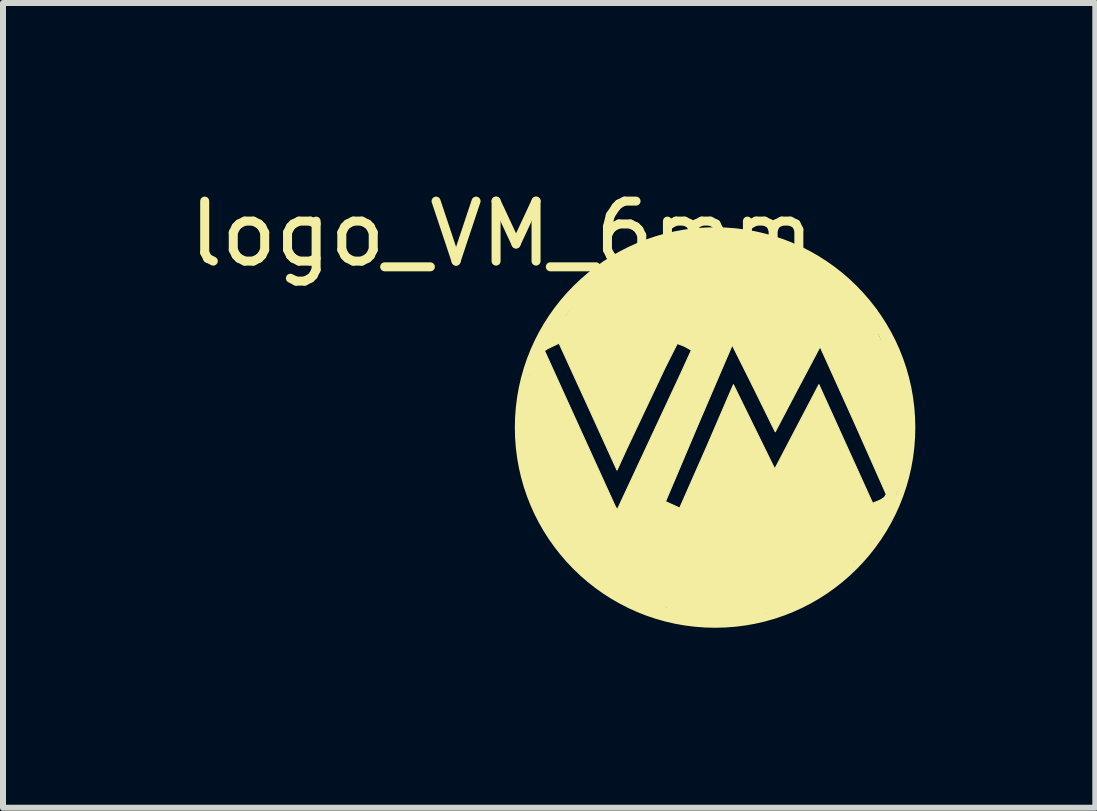
<source format=kicad_pcb>
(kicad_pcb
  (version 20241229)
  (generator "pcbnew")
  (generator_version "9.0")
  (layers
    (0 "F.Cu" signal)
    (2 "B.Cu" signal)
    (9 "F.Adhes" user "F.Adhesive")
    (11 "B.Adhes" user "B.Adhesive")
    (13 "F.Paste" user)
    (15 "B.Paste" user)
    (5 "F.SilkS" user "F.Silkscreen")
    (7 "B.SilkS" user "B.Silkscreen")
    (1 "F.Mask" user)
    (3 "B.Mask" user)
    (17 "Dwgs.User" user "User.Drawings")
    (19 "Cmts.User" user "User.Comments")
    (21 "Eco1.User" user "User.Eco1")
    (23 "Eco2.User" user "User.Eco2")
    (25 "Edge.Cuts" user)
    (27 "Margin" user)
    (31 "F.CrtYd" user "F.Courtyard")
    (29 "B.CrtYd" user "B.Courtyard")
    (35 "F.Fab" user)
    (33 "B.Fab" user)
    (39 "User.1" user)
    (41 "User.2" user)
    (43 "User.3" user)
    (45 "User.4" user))
  (footprint "logo_VM_6mm"
    (layer "F.Cu")
    (at 5.315 0.348)
    (property "Reference" "logo_VM_6mm" (at 0 0.5 0) (layer "F.SilkS") (effects (font (size 1 1) (thickness 0.15))))
    (attr through_hole)
    (fp_line (start 0.328 3.174) (end 0.907 5.62) (stroke (width 0.048) (type solid)) (layer "F.SilkS"))
    (fp_line (start 0.33 3.48) (end 0.381 4.216) (stroke (width 0.12) (type solid)) (layer "F.SilkS"))
    (fp_line (start 0.381 4.216) (end 0.635 5.004) (stroke (width 0.12) (type solid)) (layer "F.SilkS"))
    (fp_line (start 0.483 2.667) (end 0.432 2.794) (stroke (width 0.12) (type solid)) (layer "F.SilkS"))
    (fp_line (start 0.533 2.794) (end 0.66 2.464) (stroke (width 0.12) (type solid)) (layer "F.SilkS"))
    (fp_line (start 0.61 2.489) (end 0.483 2.667) (stroke (width 0.12) (type solid)) (layer "F.SilkS"))
    (fp_line (start 0.635 5.029) (end 0.838 5.41) (stroke (width 0.12) (type solid)) (layer "F.SilkS"))
    (fp_line (start 0.762 2.21) (end 0.61 2.489) (stroke (width 0.12) (type solid)) (layer "F.SilkS"))
    (fp_line (start 0.787 2.159) (end 0.787 2.261) (stroke (width 0.12) (type solid)) (layer "F.SilkS"))
    (fp_line (start 0.787 2.261) (end 0.711 2.388) (stroke (width 0.12) (type solid)) (layer "F.SilkS"))
    (fp_line (start 0.838 2.083) (end 0.838 2.159) (stroke (width 0.12) (type solid)) (layer "F.SilkS"))
    (fp_line (start 0.838 2.159) (end 1.016 1.905) (stroke (width 0.12) (type solid)) (layer "F.SilkS"))
    (fp_line (start 0.889 5.461) (end 0.991 5.639) (stroke (width 0.12) (type solid)) (layer "F.SilkS"))
    (fp_line (start 0.907 5.62) (end 3.046 6.94) (stroke (width 0.048) (type solid)) (layer "F.SilkS"))
    (fp_line (start 1.016 1.829) (end 0.838 2.083) (stroke (width 0.12) (type solid)) (layer "F.SilkS"))
    (fp_line (start 1.016 1.905) (end 0.787 2.159) (stroke (width 0.12) (type solid)) (layer "F.SilkS"))
    (fp_line (start 1.016 5.715) (end 1.067 5.74) (stroke (width 0.12) (type solid)) (layer "F.SilkS"))
    (fp_line (start 1.321 1.422) (end 1.016 1.829) (stroke (width 0.12) (type solid)) (layer "F.SilkS"))
    (fp_line (start 1.397 5.969) (end 1.422 6.121) (stroke (width 0.12) (type solid)) (layer "F.SilkS"))
    (fp_line (start 1.422 6.121) (end 1.651 6.248) (stroke (width 0.12) (type solid)) (layer "F.SilkS"))
    (fp_line (start 1.6 1.372) (end 1.321 1.422) (stroke (width 0.12) (type solid)) (layer "F.SilkS"))
    (fp_line (start 1.6 6.274) (end 1.854 6.401) (stroke (width 0.12) (type solid)) (layer "F.SilkS"))
    (fp_line (start 1.651 6.248) (end 1.727 6.325) (stroke (width 0.12) (type solid)) (layer "F.SilkS"))
    (fp_line (start 1.727 6.325) (end 1.6 6.274) (stroke (width 0.12) (type solid)) (layer "F.SilkS"))
    (fp_line (start 1.778 6.274) (end 1.956 6.502) (stroke (width 0.12) (type solid)) (layer "F.SilkS"))
    (fp_line (start 1.854 6.401) (end 1.778 6.274) (stroke (width 0.12) (type solid)) (layer "F.SilkS"))
    (fp_line (start 1.93 6.35) (end 2.083 6.553) (stroke (width 0.12) (type solid)) (layer "F.SilkS"))
    (fp_line (start 1.956 6.502) (end 1.93 6.35) (stroke (width 0.12) (type solid)) (layer "F.SilkS"))
    (fp_line (start 1.981 6.528) (end 2.083 6.426) (stroke (width 0.12) (type solid)) (layer "F.SilkS"))
    (fp_line (start 2.083 6.426) (end 2.184 6.629) (stroke (width 0.12) (type solid)) (layer "F.SilkS"))
    (fp_line (start 2.083 6.553) (end 1.981 6.528) (stroke (width 0.12) (type solid)) (layer "F.SilkS"))
    (fp_line (start 2.184 6.502) (end 2.362 6.604) (stroke (width 0.12) (type solid)) (layer "F.SilkS"))
    (fp_line (start 2.184 6.629) (end 2.311 6.68) (stroke (width 0.12) (type solid)) (layer "F.SilkS"))
    (fp_line (start 2.311 6.68) (end 2.184 6.502) (stroke (width 0.12) (type solid)) (layer "F.SilkS"))
    (fp_line (start 2.362 6.604) (end 2.388 6.706) (stroke (width 0.12) (type solid)) (layer "F.SilkS"))
    (fp_line (start 2.388 6.706) (end 2.464 6.629) (stroke (width 0.12) (type solid)) (layer "F.SilkS"))
    (fp_line (start 2.413 6.579) (end 2.489 6.756) (stroke (width 0.12) (type solid)) (layer "F.SilkS"))
    (fp_line (start 2.464 6.629) (end 2.413 6.579) (stroke (width 0.12) (type solid)) (layer "F.SilkS"))
    (fp_line (start 2.489 6.756) (end 2.54 6.68) (stroke (width 0.12) (type solid)) (layer "F.SilkS"))
    (fp_line (start 2.54 6.68) (end 2.845 6.883) (stroke (width 0.12) (type solid)) (layer "F.SilkS"))
    (fp_line (start 2.819 6.756) (end 3.099 6.883) (stroke (width 0.12) (type solid)) (layer "F.SilkS"))
    (fp_line (start 2.845 6.883) (end 2.591 6.782) (stroke (width 0.12) (type solid)) (layer "F.SilkS"))
    (fp_line (start 2.997 6.858) (end 2.819 6.756) (stroke (width 0.12) (type solid)) (layer "F.SilkS"))
    (fp_line (start 3.046 6.94) (end 5.491 6.361) (stroke (width 0.048) (type solid)) (layer "F.SilkS"))
    (fp_line (start 4.089 6.909) (end 4.902 6.579) (stroke (width 0.12) (type solid)) (layer "F.SilkS"))
    (fp_line (start 4.094 0.457) (end 1.649 1.036) (stroke (width 0.048) (type solid)) (layer "F.SilkS"))
    (fp_line (start 4.521 6.807) (end 4.547 6.782) (stroke (width 0.12) (type solid)) (layer "F.SilkS"))
    (fp_line (start 4.572 6.756) (end 5.258 6.426) (stroke (width 0.12) (type solid)) (layer "F.SilkS"))
    (fp_line (start 4.623 6.731) (end 4.572 6.756) (stroke (width 0.12) (type solid)) (layer "F.SilkS"))
    (fp_line (start 4.648 0.711) (end 4.445 0.635) (stroke (width 0.12) (type solid)) (layer "F.SilkS"))
    (fp_line (start 4.928 6.579) (end 4.623 6.731) (stroke (width 0.12) (type solid)) (layer "F.SilkS"))
    (fp_line (start 5.207 6.375) (end 4.928 6.579) (stroke (width 0.12) (type solid)) (layer "F.SilkS"))
    (fp_line (start 5.232 0.991) (end 4.648 0.711) (stroke (width 0.12) (type solid)) (layer "F.SilkS"))
    (fp_line (start 5.359 6.35) (end 5.207 6.375) (stroke (width 0.12) (type solid)) (layer "F.SilkS"))
    (fp_line (start 5.491 6.361) (end 6.812 4.223) (stroke (width 0.048) (type solid)) (layer "F.SilkS"))
    (fp_line (start 5.512 6.223) (end 5.359 6.35) (stroke (width 0.12) (type solid)) (layer "F.SilkS"))
    (fp_line (start 5.588 1.27) (end 5.232 0.991) (stroke (width 0.12) (type solid)) (layer "F.SilkS"))
    (fp_line (start 6.045 5.69) (end 5.893 5.893) (stroke (width 0.12) (type solid)) (layer "F.SilkS"))
    (fp_line (start 6.071 5.664) (end 6.274 5.283) (stroke (width 0.12) (type solid)) (layer "F.SilkS"))
    (fp_line (start 6.172 1.88) (end 6.071 1.727) (stroke (width 0.12) (type solid)) (layer "F.SilkS"))
    (fp_line (start 6.198 5.588) (end 6.299 5.385) (stroke (width 0.12) (type solid)) (layer "F.SilkS"))
    (fp_line (start 6.233 1.777) (end 4.094 0.457) (stroke (width 0.048) (type solid)) (layer "F.SilkS"))
    (fp_line (start 6.274 2.083) (end 6.172 1.88) (stroke (width 0.12) (type solid)) (layer "F.SilkS"))
    (fp_line (start 6.274 5.207) (end 6.375 5.08) (stroke (width 0.12) (type solid)) (layer "F.SilkS"))
    (fp_line (start 6.325 2.134) (end 6.274 2.083) (stroke (width 0.12) (type solid)) (layer "F.SilkS"))
    (fp_line (start 6.325 5.309) (end 6.35 5.207) (stroke (width 0.12) (type solid)) (layer "F.SilkS"))
    (fp_line (start 6.35 5.207) (end 6.274 5.207) (stroke (width 0.12) (type solid)) (layer "F.SilkS"))
    (fp_line (start 6.375 5.08) (end 6.401 5.182) (stroke (width 0.12) (type solid)) (layer "F.SilkS"))
    (fp_line (start 6.401 5.004) (end 6.477 4.826) (stroke (width 0.12) (type solid)) (layer "F.SilkS"))
    (fp_line (start 6.401 5.182) (end 6.401 5.004) (stroke (width 0.12) (type solid)) (layer "F.SilkS"))
    (fp_line (start 6.452 2.413) (end 6.325 2.134) (stroke (width 0.12) (type solid)) (layer "F.SilkS"))
    (fp_line (start 6.477 4.826) (end 6.477 5.08) (stroke (width 0.12) (type solid)) (layer "F.SilkS"))
    (fp_line (start 6.477 5.08) (end 6.528 4.801) (stroke (width 0.12) (type solid)) (layer "F.SilkS"))
    (fp_line (start 6.528 4.801) (end 6.629 4.597) (stroke (width 0.12) (type solid)) (layer "F.SilkS"))
    (fp_line (start 6.553 2.667) (end 6.452 2.413) (stroke (width 0.12) (type solid)) (layer "F.SilkS"))
    (fp_line (start 6.629 4.597) (end 6.706 4.343) (stroke (width 0.12) (type solid)) (layer "F.SilkS"))
    (fp_line (start 6.68 3.073) (end 6.553 2.692) (stroke (width 0.12) (type solid)) (layer "F.SilkS"))
    (fp_line (start 6.812 4.223) (end 6.233 1.777) (stroke (width 0.048) (type solid)) (layer "F.SilkS"))
    (fp_circle (center 3.556 3.729) (end 4.166 0.508) (stroke (width 0.12) (type solid)) (fill no) (layer "F.SilkS"))
    (fp_poly (pts (xy 3.325 6.988) (xy 3.419 4.044) (xy 3.862 3.016) (xy 4.206 3.718) (xy 4.551 4.421) (xy 4.919 3.718) (xy 5.287 3.015) (xy 5.734 4.002) (xy 6.183 4.992) (xy 6.306 4.941) (xy 6.422 4.869) (xy 5.869 3.623) (xy 5.307 2.381) (xy 4.933 3.087) (xy 4.559 3.799) (xy 4.201 3.072) (xy 3.842 2.353) (xy 3.282 3.658) (xy 2.729 4.964) (xy 2.966 5.072) (xy 3.419 4.044) (xy 3.325 6.988) (xy 1.223 6.02) (xy 1.891 5.042) (xy 1.925 5.1) (xy 2.054 4.824) (xy 2.987 2.823) (xy 3.162 2.439) (xy 3.042 2.373) (xy 2.926 2.328) (xy 2.72 2.737) (xy 2.083 4.084) (xy 1.921 4.439) (xy 1.441 3.385) (xy 0.955 2.323) (xy 0.708 2.441) (xy 1.288 3.718) (xy 1.891 5.042) (xy 1.223 6.02) (xy 0.413 4.659) (xy 0.328 3.071) (xy 1.55 1.096) (xy 2.73 0.52) (xy 4.041 0.445) (xy 5.891 1.383) (xy 6.831 3.346) (xy 6.831 4.086) (xy 5.782 6.129) (xy 3.918 6.973) (xy 3.325 6.988) (xy 3.325 6.988)) (stroke (width 0.018) (type solid)) (fill yes) (layer "F.SilkS")))
  (gr_rect
    (start -3 -3)
    (end 15.21 10.416)
    (stroke (width 0.1) (type default))
    (fill no)
    (layer "Edge.Cuts")))
</source>
